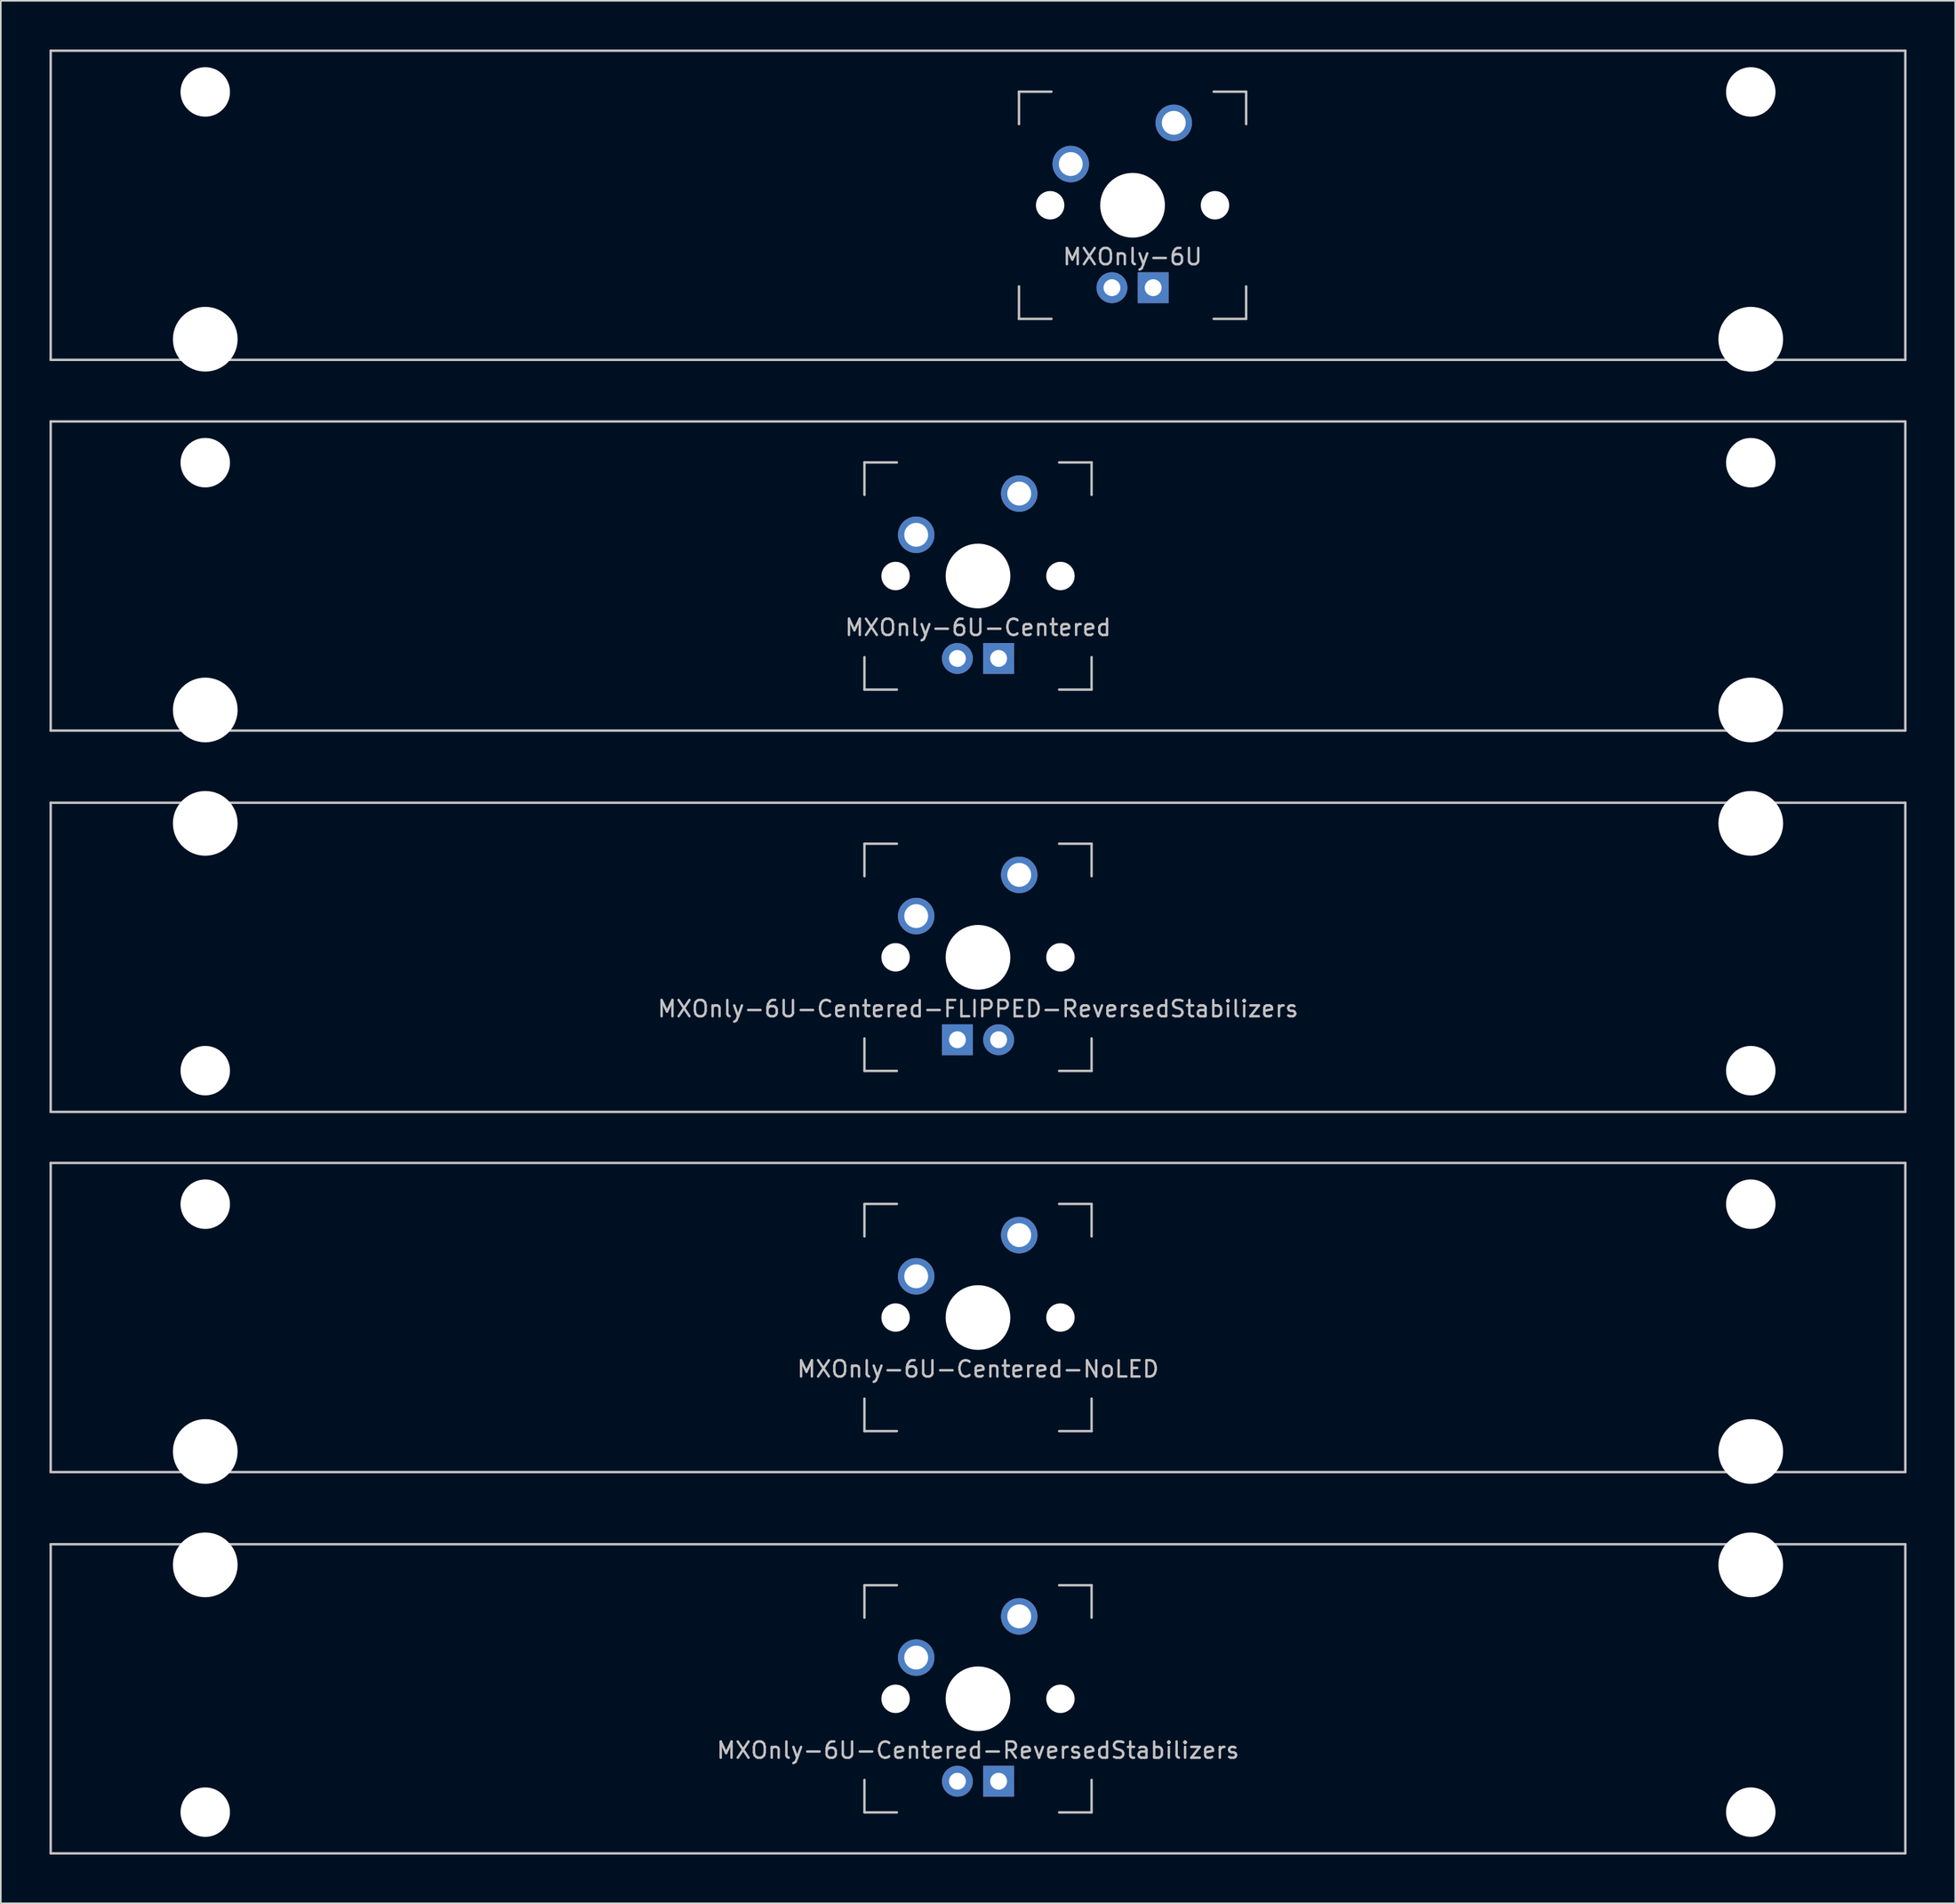
<source format=kicad_pcb>
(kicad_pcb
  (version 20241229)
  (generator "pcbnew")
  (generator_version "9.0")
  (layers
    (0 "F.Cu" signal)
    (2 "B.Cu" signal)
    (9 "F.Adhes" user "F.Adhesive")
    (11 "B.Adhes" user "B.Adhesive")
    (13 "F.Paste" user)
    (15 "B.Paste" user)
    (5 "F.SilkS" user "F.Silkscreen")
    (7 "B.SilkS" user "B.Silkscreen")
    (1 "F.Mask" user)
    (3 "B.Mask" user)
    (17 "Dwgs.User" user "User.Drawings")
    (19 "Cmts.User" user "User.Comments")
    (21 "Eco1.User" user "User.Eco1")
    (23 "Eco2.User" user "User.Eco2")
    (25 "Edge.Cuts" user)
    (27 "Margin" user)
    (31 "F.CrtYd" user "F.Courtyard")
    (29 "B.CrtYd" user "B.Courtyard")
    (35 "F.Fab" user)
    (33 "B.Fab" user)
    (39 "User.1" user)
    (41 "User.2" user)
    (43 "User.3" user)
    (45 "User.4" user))
  (footprint "MXOnly-6U"
    (layer "F.Cu")
    (at 57.225 9.6)
    (property "Reference" "MXOnly-6U" (at 9.525 3.175 0) (layer "Dwgs.User") (effects (font (size 1 1) (thickness 0.15))))
    (attr through_hole)
    (fp_line (start -57.15 -9.525) (end 57.15 -9.525) (stroke (width 0.15) (type solid)) (layer "Dwgs.User"))
    (fp_line (start -57.15 9.525) (end -57.15 -9.525) (stroke (width 0.15) (type solid)) (layer "Dwgs.User"))
    (fp_line (start -57.15 9.525) (end 57.15 9.525) (stroke (width 0.15) (type solid)) (layer "Dwgs.User"))
    (fp_line (start 2.525 -7) (end 2.525 -5) (stroke (width 0.15) (type solid)) (layer "Dwgs.User"))
    (fp_line (start 2.525 5) (end 2.525 7) (stroke (width 0.15) (type solid)) (layer "Dwgs.User"))
    (fp_line (start 2.525 7) (end 4.525 7) (stroke (width 0.15) (type solid)) (layer "Dwgs.User"))
    (fp_line (start 4.525 -7) (end 2.525 -7) (stroke (width 0.15) (type solid)) (layer "Dwgs.User"))
    (fp_line (start 14.525 -7) (end 16.525 -7) (stroke (width 0.15) (type solid)) (layer "Dwgs.User"))
    (fp_line (start 14.525 7) (end 16.525 7) (stroke (width 0.15) (type solid)) (layer "Dwgs.User"))
    (fp_line (start 16.525 -7) (end 16.525 -5) (stroke (width 0.15) (type solid)) (layer "Dwgs.User"))
    (fp_line (start 16.525 7) (end 16.525 5) (stroke (width 0.15) (type solid)) (layer "Dwgs.User"))
    (fp_line (start 57.15 -9.525) (end 57.15 9.525) (stroke (width 0.15) (type solid)) (layer "Dwgs.User"))
    (pad "" np_thru_hole circle (at -47.625 -6.985) (size 3.048 3.048) (drill 3.048) (layers "*.Cu" "*.Mask"))
    (pad "" np_thru_hole circle (at -47.625 8.255) (size 3.988 3.988) (drill 3.988) (layers "*.Cu" "*.Mask"))
    (pad "" np_thru_hole circle (at 4.445 0 48.1) (size 1.75 1.75) (drill 1.75) (layers "*.Cu" "*.Mask"))
    (pad "" np_thru_hole circle (at 9.525 0) (size 3.988 3.988) (drill 3.988) (layers "*.Cu" "*.Mask"))
    (pad "" np_thru_hole circle (at 14.605 0 48.1) (size 1.75 1.75) (drill 1.75) (layers "*.Cu" "*.Mask"))
    (pad "" np_thru_hole circle (at 47.625 -6.985) (size 3.048 3.048) (drill 3.048) (layers "*.Cu" "*.Mask"))
    (pad "" np_thru_hole circle (at 47.625 8.255) (size 3.988 3.988) (drill 3.988) (layers "*.Cu" "*.Mask"))
    (pad "1" thru_hole circle (at 5.715 -2.54) (size 2.25 2.25) (drill 1.47) (layers "*.Cu" "B.Mask"))
    (pad "2" thru_hole circle (at 12.065 -5.08) (size 2.25 2.25) (drill 1.47) (layers "*.Cu" "B.Mask"))
    (pad "3" thru_hole circle (at 8.255 5.08) (size 1.905 1.905) (drill 1.04) (layers "*.Cu" "B.Mask"))
    (pad "4" thru_hole rect (at 10.795 5.08) (size 1.905 1.905) (drill 1.04) (layers "*.Cu" "B.Mask")))
  (footprint "MXOnly-6U-Centered"
    (layer "F.Cu")
    (at 57.225 32.449)
    (property "Reference" "MXOnly-6U-Centered" (at 0 3.175 0) (layer "Dwgs.User") (effects (font (size 1 1) (thickness 0.15))))
    (attr through_hole)
    (fp_line (start -57.15 -9.525) (end 57.15 -9.525) (stroke (width 0.15) (type solid)) (layer "Dwgs.User"))
    (fp_line (start -57.15 9.525) (end -57.15 -9.525) (stroke (width 0.15) (type solid)) (layer "Dwgs.User"))
    (fp_line (start -57.15 9.525) (end 57.15 9.525) (stroke (width 0.15) (type solid)) (layer "Dwgs.User"))
    (fp_line (start -7 -7) (end -7 -5) (stroke (width 0.15) (type solid)) (layer "Dwgs.User"))
    (fp_line (start -7 5) (end -7 7) (stroke (width 0.15) (type solid)) (layer "Dwgs.User"))
    (fp_line (start -7 7) (end -5 7) (stroke (width 0.15) (type solid)) (layer "Dwgs.User"))
    (fp_line (start -5 -7) (end -7 -7) (stroke (width 0.15) (type solid)) (layer "Dwgs.User"))
    (fp_line (start 5 -7) (end 7 -7) (stroke (width 0.15) (type solid)) (layer "Dwgs.User"))
    (fp_line (start 5 7) (end 7 7) (stroke (width 0.15) (type solid)) (layer "Dwgs.User"))
    (fp_line (start 7 -7) (end 7 -5) (stroke (width 0.15) (type solid)) (layer "Dwgs.User"))
    (fp_line (start 7 7) (end 7 5) (stroke (width 0.15) (type solid)) (layer "Dwgs.User"))
    (fp_line (start 57.15 -9.525) (end 57.15 9.525) (stroke (width 0.15) (type solid)) (layer "Dwgs.User"))
    (pad "" np_thru_hole circle (at -47.625 -6.985) (size 3.048 3.048) (drill 3.048) (layers "*.Cu" "*.Mask"))
    (pad "" np_thru_hole circle (at -47.625 8.255) (size 3.988 3.988) (drill 3.988) (layers "*.Cu" "*.Mask"))
    (pad "" np_thru_hole circle (at -5.08 0 48.1) (size 1.75 1.75) (drill 1.75) (layers "*.Cu" "*.Mask"))
    (pad "" np_thru_hole circle (at 0 0) (size 3.988 3.988) (drill 3.988) (layers "*.Cu" "*.Mask"))
    (pad "" np_thru_hole circle (at 5.08 0 48.1) (size 1.75 1.75) (drill 1.75) (layers "*.Cu" "*.Mask"))
    (pad "" np_thru_hole circle (at 47.625 -6.985) (size 3.048 3.048) (drill 3.048) (layers "*.Cu" "*.Mask"))
    (pad "" np_thru_hole circle (at 47.625 8.255) (size 3.988 3.988) (drill 3.988) (layers "*.Cu" "*.Mask"))
    (pad "1" thru_hole circle (at -3.81 -2.54) (size 2.25 2.25) (drill 1.47) (layers "*.Cu" "B.Mask"))
    (pad "2" thru_hole circle (at 2.54 -5.08) (size 2.25 2.25) (drill 1.47) (layers "*.Cu" "B.Mask"))
    (pad "3" thru_hole circle (at -1.27 5.08) (size 1.905 1.905) (drill 1.04) (layers "*.Cu" "B.Mask"))
    (pad "4" thru_hole rect (at 1.27 5.08) (size 1.905 1.905) (drill 1.04) (layers "*.Cu" "B.Mask")))
  (footprint "MXOnly-6U-Centered-NoLED"
    (layer "F.Cu")
    (at 57.225 78.147)
    (property "Reference" "MXOnly-6U-Centered-NoLED" (at 0 3.175 0) (layer "Dwgs.User") (effects (font (size 1 1) (thickness 0.15))))
    (attr through_hole)
    (fp_line (start -57.15 -9.525) (end 57.15 -9.525) (stroke (width 0.15) (type solid)) (layer "Dwgs.User"))
    (fp_line (start -57.15 9.525) (end -57.15 -9.525) (stroke (width 0.15) (type solid)) (layer "Dwgs.User"))
    (fp_line (start -57.15 9.525) (end 57.15 9.525) (stroke (width 0.15) (type solid)) (layer "Dwgs.User"))
    (fp_line (start -7 -7) (end -7 -5) (stroke (width 0.15) (type solid)) (layer "Dwgs.User"))
    (fp_line (start -7 5) (end -7 7) (stroke (width 0.15) (type solid)) (layer "Dwgs.User"))
    (fp_line (start -7 7) (end -5 7) (stroke (width 0.15) (type solid)) (layer "Dwgs.User"))
    (fp_line (start -5 -7) (end -7 -7) (stroke (width 0.15) (type solid)) (layer "Dwgs.User"))
    (fp_line (start 5 -7) (end 7 -7) (stroke (width 0.15) (type solid)) (layer "Dwgs.User"))
    (fp_line (start 5 7) (end 7 7) (stroke (width 0.15) (type solid)) (layer "Dwgs.User"))
    (fp_line (start 7 -7) (end 7 -5) (stroke (width 0.15) (type solid)) (layer "Dwgs.User"))
    (fp_line (start 7 7) (end 7 5) (stroke (width 0.15) (type solid)) (layer "Dwgs.User"))
    (fp_line (start 57.15 -9.525) (end 57.15 9.525) (stroke (width 0.15) (type solid)) (layer "Dwgs.User"))
    (pad "" np_thru_hole circle (at -47.625 -6.985) (size 3.048 3.048) (drill 3.048) (layers "*.Cu" "*.Mask"))
    (pad "" np_thru_hole circle (at -47.625 8.255) (size 3.988 3.988) (drill 3.988) (layers "*.Cu" "*.Mask"))
    (pad "" np_thru_hole circle (at -5.08 0 48.1) (size 1.75 1.75) (drill 1.75) (layers "*.Cu" "*.Mask"))
    (pad "" np_thru_hole circle (at 0 0) (size 3.988 3.988) (drill 3.988) (layers "*.Cu" "*.Mask"))
    (pad "" np_thru_hole circle (at 5.08 0 48.1) (size 1.75 1.75) (drill 1.75) (layers "*.Cu" "*.Mask"))
    (pad "" np_thru_hole circle (at 47.625 -6.985) (size 3.048 3.048) (drill 3.048) (layers "*.Cu" "*.Mask"))
    (pad "" np_thru_hole circle (at 47.625 8.255) (size 3.988 3.988) (drill 3.988) (layers "*.Cu" "*.Mask"))
    (pad "1" thru_hole circle (at -3.81 -2.54) (size 2.25 2.25) (drill 1.47) (layers "*.Cu" "B.Mask"))
    (pad "2" thru_hole circle (at 2.54 -5.08) (size 2.25 2.25) (drill 1.47) (layers "*.Cu" "B.Mask")))
  (footprint "MXOnly-6U-Centered-ReversedStabilizers"
    (layer "F.Cu")
    (at 57.225 101.644)
    (property "Reference" "MXOnly-6U-Centered-ReversedStabilizers" (at 0 3.175 0) (layer "Dwgs.User") (effects (font (size 1 1) (thickness 0.15))))
    (attr through_hole)
    (fp_line (start -57.15 -9.525) (end 57.15 -9.525) (stroke (width 0.15) (type solid)) (layer "Dwgs.User"))
    (fp_line (start -57.15 9.525) (end -57.15 -9.525) (stroke (width 0.15) (type solid)) (layer "Dwgs.User"))
    (fp_line (start -57.15 9.525) (end 57.15 9.525) (stroke (width 0.15) (type solid)) (layer "Dwgs.User"))
    (fp_line (start -7 -7) (end -7 -5) (stroke (width 0.15) (type solid)) (layer "Dwgs.User"))
    (fp_line (start -7 5) (end -7 7) (stroke (width 0.15) (type solid)) (layer "Dwgs.User"))
    (fp_line (start -7 7) (end -5 7) (stroke (width 0.15) (type solid)) (layer "Dwgs.User"))
    (fp_line (start -5 -7) (end -7 -7) (stroke (width 0.15) (type solid)) (layer "Dwgs.User"))
    (fp_line (start 5 -7) (end 7 -7) (stroke (width 0.15) (type solid)) (layer "Dwgs.User"))
    (fp_line (start 5 7) (end 7 7) (stroke (width 0.15) (type solid)) (layer "Dwgs.User"))
    (fp_line (start 7 -7) (end 7 -5) (stroke (width 0.15) (type solid)) (layer "Dwgs.User"))
    (fp_line (start 7 7) (end 7 5) (stroke (width 0.15) (type solid)) (layer "Dwgs.User"))
    (fp_line (start 57.15 -9.525) (end 57.15 9.525) (stroke (width 0.15) (type solid)) (layer "Dwgs.User"))
    (pad "" np_thru_hole circle (at -47.625 -8.255) (size 3.988 3.988) (drill 3.988) (layers "*.Cu" "*.Mask"))
    (pad "" np_thru_hole circle (at -47.625 6.985) (size 3.048 3.048) (drill 3.048) (layers "*.Cu" "*.Mask"))
    (pad "" np_thru_hole circle (at -5.08 0 48.1) (size 1.75 1.75) (drill 1.75) (layers "*.Cu" "*.Mask"))
    (pad "" np_thru_hole circle (at 0 0) (size 3.988 3.988) (drill 3.988) (layers "*.Cu" "*.Mask"))
    (pad "" np_thru_hole circle (at 5.08 0 48.1) (size 1.75 1.75) (drill 1.75) (layers "*.Cu" "*.Mask"))
    (pad "" np_thru_hole circle (at 47.625 -8.255) (size 3.988 3.988) (drill 3.988) (layers "*.Cu" "*.Mask"))
    (pad "" np_thru_hole circle (at 47.625 6.985) (size 3.048 3.048) (drill 3.048) (layers "*.Cu" "*.Mask"))
    (pad "1" thru_hole circle (at -3.81 -2.54) (size 2.25 2.25) (drill 1.47) (layers "*.Cu" "B.Mask"))
    (pad "2" thru_hole circle (at 2.54 -5.08) (size 2.25 2.25) (drill 1.47) (layers "*.Cu" "B.Mask"))
    (pad "3" thru_hole circle (at -1.27 5.08) (size 1.905 1.905) (drill 1.04) (layers "*.Cu" "B.Mask"))
    (pad "4" thru_hole rect (at 1.27 5.08) (size 1.905 1.905) (drill 1.04) (layers "*.Cu" "B.Mask")))
  (footprint "MXOnly-6U-Centered-FLIPPED-ReversedStabilizers"
    (layer "F.Cu")
    (at 57.225 55.947)
    (property "Reference" "MXOnly-6U-Centered-FLIPPED-ReversedStabilizers" (at 0 3.175 0) (layer "Dwgs.User") (effects (font (size 1 1) (thickness 0.15))))
    (attr through_hole)
    (fp_line (start -57.15 -9.525) (end 57.15 -9.525) (stroke (width 0.15) (type solid)) (layer "Dwgs.User"))
    (fp_line (start -57.15 9.525) (end -57.15 -9.525) (stroke (width 0.15) (type solid)) (layer "Dwgs.User"))
    (fp_line (start -57.15 9.525) (end 57.15 9.525) (stroke (width 0.15) (type solid)) (layer "Dwgs.User"))
    (fp_line (start -7 -7) (end -7 -5) (stroke (width 0.15) (type solid)) (layer "Dwgs.User"))
    (fp_line (start -7 5) (end -7 7) (stroke (width 0.15) (type solid)) (layer "Dwgs.User"))
    (fp_line (start -7 7) (end -5 7) (stroke (width 0.15) (type solid)) (layer "Dwgs.User"))
    (fp_line (start -5 -7) (end -7 -7) (stroke (width 0.15) (type solid)) (layer "Dwgs.User"))
    (fp_line (start 5 -7) (end 7 -7) (stroke (width 0.15) (type solid)) (layer "Dwgs.User"))
    (fp_line (start 5 7) (end 7 7) (stroke (width 0.15) (type solid)) (layer "Dwgs.User"))
    (fp_line (start 7 -7) (end 7 -5) (stroke (width 0.15) (type solid)) (layer "Dwgs.User"))
    (fp_line (start 7 7) (end 7 5) (stroke (width 0.15) (type solid)) (layer "Dwgs.User"))
    (fp_line (start 57.15 -9.525) (end 57.15 9.525) (stroke (width 0.15) (type solid)) (layer "Dwgs.User"))
    (pad "" np_thru_hole circle (at -47.625 -8.255) (size 3.988 3.988) (drill 3.988) (layers "*.Cu" "*.Mask"))
    (pad "" np_thru_hole circle (at -47.625 6.985) (size 3.048 3.048) (drill 3.048) (layers "*.Cu" "*.Mask"))
    (pad "" np_thru_hole circle (at -5.08 0 48.1) (size 1.75 1.75) (drill 1.75) (layers "*.Cu" "*.Mask"))
    (pad "" np_thru_hole circle (at 0 0) (size 3.988 3.988) (drill 3.988) (layers "*.Cu" "*.Mask"))
    (pad "" np_thru_hole circle (at 5.08 0 48.1) (size 1.75 1.75) (drill 1.75) (layers "*.Cu" "*.Mask"))
    (pad "" np_thru_hole circle (at 47.625 -8.255) (size 3.988 3.988) (drill 3.988) (layers "*.Cu" "*.Mask"))
    (pad "" np_thru_hole circle (at 47.625 6.985) (size 3.048 3.048) (drill 3.048) (layers "*.Cu" "*.Mask"))
    (pad "1" thru_hole circle (at -3.81 -2.54) (size 2.25 2.25) (drill 1.47) (layers "*.Cu" "B.Mask"))
    (pad "2" thru_hole circle (at 2.54 -5.08) (size 2.25 2.25) (drill 1.47) (layers "*.Cu" "B.Mask"))
    (pad "3" thru_hole circle (at 1.27 5.08) (size 1.905 1.905) (drill 1.04) (layers "*.Cu" "B.Mask"))
    (pad "4" thru_hole rect (at -1.27 5.08) (size 1.905 1.905) (drill 1.04) (layers "*.Cu" "B.Mask")))
  (gr_rect
    (start -3 -3)
    (end 117.45 114.245)
    (stroke (width 0.1) (type default))
    (fill no)
    (layer "Edge.Cuts")))
</source>
